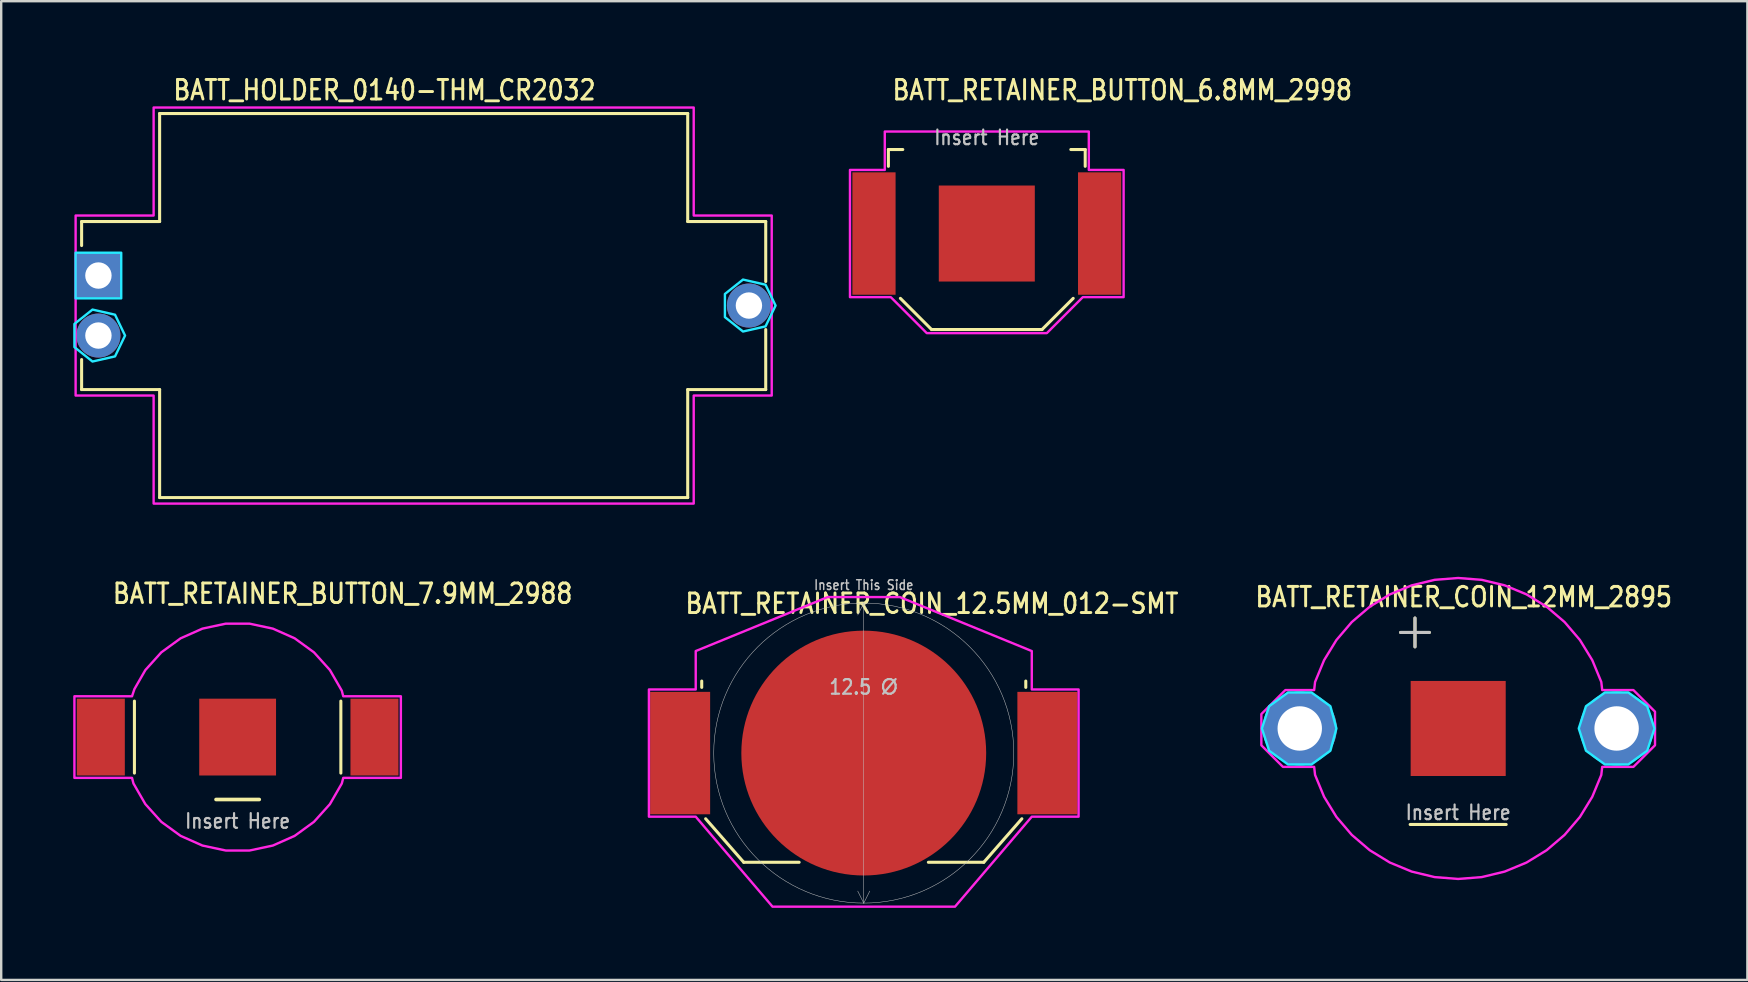
<source format=kicad_pcb>
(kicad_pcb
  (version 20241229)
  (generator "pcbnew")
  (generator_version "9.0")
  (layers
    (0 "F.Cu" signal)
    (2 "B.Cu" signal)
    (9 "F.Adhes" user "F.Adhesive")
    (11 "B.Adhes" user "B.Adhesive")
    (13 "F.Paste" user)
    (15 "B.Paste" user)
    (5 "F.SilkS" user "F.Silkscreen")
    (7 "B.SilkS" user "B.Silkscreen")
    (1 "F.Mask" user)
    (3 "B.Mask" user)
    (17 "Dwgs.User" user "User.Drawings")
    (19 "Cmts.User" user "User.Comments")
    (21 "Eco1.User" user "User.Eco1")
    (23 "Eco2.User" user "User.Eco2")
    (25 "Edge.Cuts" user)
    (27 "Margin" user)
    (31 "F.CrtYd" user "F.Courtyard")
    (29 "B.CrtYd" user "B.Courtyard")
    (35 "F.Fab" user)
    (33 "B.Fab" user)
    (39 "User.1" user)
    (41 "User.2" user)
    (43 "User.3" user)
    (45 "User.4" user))
  (footprint "BATT_RETAINER_BUTTON_6.8MM_2998"
    (layer "F.Cu")
    (at 38.06 6.679)
    (property "Reference" "BATT_RETAINER_BUTTON_6.8MM_2998" (at -4 -5.5 0) (unlocked yes) (layer "F.SilkS") (effects (font (size 0.813 0.695) (thickness 0.122)) (justify left bottom)))
    (fp_line (start -4.1 -3.5) (end -3.5 -3.5) (stroke (width 0.127) (type solid)) (layer "F.SilkS"))
    (fp_line (start -4.1 -2.8) (end -4.1 -3.5) (stroke (width 0.127) (type solid)) (layer "F.SilkS"))
    (fp_line (start -3.6 2.7) (end -2.3 4) (stroke (width 0.127) (type solid)) (layer "F.SilkS"))
    (fp_line (start -2.3 4) (end 2.3 4) (stroke (width 0.127) (type solid)) (layer "F.SilkS"))
    (fp_line (start 2.3 4) (end 3.6 2.7) (stroke (width 0.127) (type solid)) (layer "F.SilkS"))
    (fp_line (start 4.1 -3.5) (end 3.5 -3.5) (stroke (width 0.127) (type solid)) (layer "F.SilkS"))
    (fp_line (start 4.1 -2.8) (end 4.1 -3.5) (stroke (width 0.127) (type solid)) (layer "F.SilkS"))
    (fp_poly (pts (xy -5.7 2.65) (xy -5.7 -2.65) (xy -4.25 -2.65) (xy -4.25 -4.25) (xy 4.25 -4.25) (xy 4.25 -2.65) (xy 5.7 -2.65) (xy 5.7 2.65) (xy 4 2.65) (xy 2.5 4.15) (xy -2.5 4.15) (xy -4 2.65)) (stroke (width 0.1) (type solid)) (fill no) (layer "F.CrtYd"))
    (fp_text user "Insert Here" (at 0 -4 0) (unlocked yes) (layer "Dwgs.User") (effects (font (size 0.61 0.521) (thickness 0.091))))
    (pad "1" smd rect (at -4.7 0) (size 1.8 5.1) (layers "F.Cu" "F.Mask" "F.Paste"))
    (pad "2" smd rect (at 4.7 0) (size 1.8 5.1) (layers "F.Cu" "F.Mask" "F.Paste"))
    (pad "NEG" smd rect (at 0 0) (size 4 4) (layers "F.Cu" "F.Mask" "F.Paste")))
  (footprint "BATT_HOLDER_0140-THM_CR2032"
    (layer "F.Cu")
    (at 14.6 9.679)
    (property "Reference" "BATT_HOLDER_0140-THM_CR2032" (at -10.5 -8.5 0) (unlocked yes) (layer "F.SilkS") (effects (font (size 0.813 0.695) (thickness 0.122)) (justify left bottom)))
    (fp_line (start -14.25 -3.5) (end -14.25 -2.5) (stroke (width 0.127) (type solid)) (layer "F.SilkS"))
    (fp_line (start -14.25 -3.5) (end -11 -3.5) (stroke (width 0.127) (type solid)) (layer "F.SilkS"))
    (fp_line (start -14.25 3.5) (end -14.25 2.25) (stroke (width 0.127) (type solid)) (layer "F.SilkS"))
    (fp_line (start -11 -8) (end 11 -8) (stroke (width 0.127) (type solid)) (layer "F.SilkS"))
    (fp_line (start -11 -3.5) (end -11 -8) (stroke (width 0.127) (type solid)) (layer "F.SilkS"))
    (fp_line (start -11 3.5) (end -14.25 3.5) (stroke (width 0.127) (type solid)) (layer "F.SilkS"))
    (fp_line (start -11 8) (end -11 3.5) (stroke (width 0.127) (type solid)) (layer "F.SilkS"))
    (fp_line (start 11 -8) (end 11 -3.5) (stroke (width 0.127) (type solid)) (layer "F.SilkS"))
    (fp_line (start 11 -3.5) (end 14.25 -3.5) (stroke (width 0.127) (type solid)) (layer "F.SilkS"))
    (fp_line (start 11 3.5) (end 11 8) (stroke (width 0.127) (type solid)) (layer "F.SilkS"))
    (fp_line (start 11 8) (end -11 8) (stroke (width 0.127) (type solid)) (layer "F.SilkS"))
    (fp_line (start 14.25 -3.5) (end 14.25 -1) (stroke (width 0.127) (type solid)) (layer "F.SilkS"))
    (fp_line (start 14.25 1) (end 14.25 3.5) (stroke (width 0.127) (type solid)) (layer "F.SilkS"))
    (fp_line (start 14.25 3.5) (end 11 3.5) (stroke (width 0.127) (type solid)) (layer "F.SilkS"))
    (fp_poly (pts (xy -14.5 -2.2) (xy -12.6 -2.2) (xy -12.6 -0.3) (xy -14.5 -0.3)) (stroke (width 0.1) (type solid)) (fill no) (layer "B.CrtYd"))
    (fp_poly (pts (xy -12.44 1.25) (xy -12.858 0.382) (xy -13.797 0.168) (xy -14.55 0.768) (xy -14.55 1.732) (xy -13.797 2.332) (xy -12.858 2.118)) (stroke (width 0.1) (type solid)) (fill no) (layer "B.CrtYd"))
    (fp_poly (pts (xy 14.66 0) (xy 14.242 -0.868) (xy 13.303 -1.082) (xy 12.55 -0.482) (xy 12.55 0.482) (xy 13.303 1.082) (xy 14.242 0.868)) (stroke (width 0.1) (type solid)) (fill no) (layer "B.CrtYd"))
    (fp_poly (pts (xy -14.5 -3.75) (xy -11.25 -3.75) (xy -11.25 -8.25) (xy 11.25 -8.25) (xy 11.25 -3.75) (xy 14.5 -3.75) (xy 14.5 3.75) (xy 11.25 3.75) (xy 11.25 8.25) (xy -11.25 8.25) (xy -11.25 3.75) (xy -14.5 3.75)) (stroke (width 0.1) (type solid)) (fill no) (layer "F.CrtYd"))
    (pad "1" thru_hole rect (at -13.55 -1.25) (size 1.833 1.833) (drill 1.1) (layers "*.Cu" "*.Mask"))
    (pad "2" thru_hole oval (at -13.55 1.25) (size 1.833 1.833) (drill 1.1) (layers "*.Cu" "*.Mask"))
    (pad "3" thru_hole oval (at 13.55 0) (size 1.833 1.833) (drill 1.1) (layers "*.Cu" "*.Mask")))
  (footprint "BATT_RETAINER_BUTTON_7.9MM_2988"
    (layer "F.Cu")
    (at 6.85 27.657)
    (property "Reference" "BATT_RETAINER_BUTTON_7.9MM_2988" (at -5.27 -5.5 0) (unlocked yes) (layer "F.SilkS") (effects (font (size 0.813 0.695) (thickness 0.122)) (justify left bottom)))
    (fp_line (start -4.3 -1.5) (end -4.3 1.5) (stroke (width 0.127) (type solid)) (layer "F.SilkS"))
    (fp_line (start -0.9 2.6) (end 0.9 2.6) (stroke (width 0.152) (type solid)) (layer "F.SilkS"))
    (fp_line (start 4.3 -1.5) (end 4.3 1.5) (stroke (width 0.127) (type solid)) (layer "F.SilkS"))
    (fp_poly (pts (xy 4.34 -1.932) (xy 3.844 -2.793) (xy 3.179 -3.531) (xy 2.376 -4.115) (xy 1.468 -4.518) (xy 0.497 -4.725) (xy -0.497 -4.725) (xy -1.468 -4.518) (xy -2.376 -4.115) (xy -3.179 -3.531) (xy -3.844 -2.793) (xy -4.3 -2) (xy -4.4 -1.7) (xy -6.8 -1.7) (xy -6.8 1.7) (xy -4.4 1.7) (xy -4.34 1.932) (xy -3.844 2.793) (xy -3.179 3.531) (xy -2.376 4.115) (xy -1.468 4.518) (xy -0.497 4.725) (xy 0.497 4.725) (xy 1.468 4.518) (xy 2.376 4.115) (xy 3.179 3.531) (xy 3.844 2.793) (xy 4.34 1.932) (xy 4.4 1.7) (xy 6.8 1.7) (xy 6.8 -1.7) (xy 4.4 -1.7)) (stroke (width 0.1) (type solid)) (fill no) (layer "F.CrtYd"))
    (fp_text user "Insert Here" (at 0 3.5 0) (unlocked yes) (layer "Dwgs.User") (effects (font (size 0.61 0.521) (thickness 0.091))))
    (pad "1" smd rect (at -5.7 0) (size 2 3.2) (layers "F.Cu" "F.Mask" "F.Paste"))
    (pad "2" smd rect (at 5.7 0) (size 2 3.2) (layers "F.Cu" "F.Mask" "F.Paste"))
    (pad "NEG" smd rect (at 0 0) (size 3.2 3.2) (layers "F.Cu" "F.Mask" "F.Paste")))
  (footprint "BATT_RETAINER_COIN_12.5MM_012-SMT"
    (layer "F.Cu")
    (at 32.934 28.323)
    (property "Reference" "BATT_RETAINER_COIN_12.5MM_012-SMT" (at -7.5 -5.75 0) (unlocked yes) (layer "F.SilkS") (effects (font (size 0.813 0.695) (thickness 0.122)) (justify left bottom)))
    (fp_circle (center 0 0) (end 5.1 0) (stroke (width 0) (type solid)) (fill yes) (layer "F.Cu"))
    (fp_circle (center 0 0) (end 5.2 0) (stroke (width 0) (type solid)) (fill yes) (layer "F.Mask"))
    (fp_line (start -6.75 -2.736) (end -6.75 -3) (stroke (width 0.127) (type solid)) (layer "F.SilkS"))
    (fp_line (start -5 4.55) (end -6.587 2.736) (stroke (width 0.127) (type solid)) (layer "F.SilkS"))
    (fp_line (start -2.692 4.55) (end -5 4.55) (stroke (width 0.127) (type solid)) (layer "F.SilkS"))
    (fp_line (start 5 4.55) (end 2.692 4.55) (stroke (width 0.127) (type solid)) (layer "F.SilkS"))
    (fp_line (start 6.587 2.736) (end 5 4.55) (stroke (width 0.127) (type solid)) (layer "F.SilkS"))
    (fp_line (start 6.75 -3) (end 6.75 -2.736) (stroke (width 0.127) (type solid)) (layer "F.SilkS"))
    (fp_circle (center 0 0) (end 4 0) (stroke (width 0) (type solid)) (fill yes) (layer "F.Paste"))
    (fp_line (start 0 -6.25) (end -0.25 -5.75) (stroke (width 0.02) (type solid)) (layer "Dwgs.User"))
    (fp_line (start 0 -6.25) (end 0 6.25) (stroke (width 0.02) (type solid)) (layer "Dwgs.User"))
    (fp_line (start 0 -6.25) (end 0.25 -5.75) (stroke (width 0.02) (type solid)) (layer "Dwgs.User"))
    (fp_line (start 0 6.25) (end -0.25 5.75) (stroke (width 0.02) (type solid)) (layer "Dwgs.User"))
    (fp_line (start 0 6.25) (end 0.25 5.75) (stroke (width 0.02) (type solid)) (layer "Dwgs.User"))
    (fp_circle (center 0 0) (end 6.25 0) (stroke (width 0.02) (type solid)) (fill no) (layer "Dwgs.User"))
    (fp_poly (pts (xy -8.95 -2.65) (xy -7 -2.65) (xy -7 -4.25) (xy -1.5 -6.5) (xy 1.5 -6.5) (xy 7 -4.25) (xy 7 -2.65) (xy 8.95 -2.65) (xy 8.95 2.65) (xy 7 2.65) (xy 3.8 6.4) (xy -3.8 6.4) (xy -7 2.65) (xy -8.95 2.65)) (stroke (width 0.1) (type solid)) (fill no) (layer "F.CrtYd"))
    (fp_text user "12.5 ∅" (at 0 -2.75 0) (unlocked yes) (layer "Dwgs.User") (effects (font (size 0.61 0.521) (thickness 0.091))))
    (fp_text user "Insert This Side" (at 0 -7 0) (unlocked yes) (layer "Dwgs.User") (effects (font (size 0.406 0.347) (thickness 0.061))))
    (pad "1" smd rect (at -7.65 0) (size 2.5 5.1) (layers "F.Cu" "F.Mask" "F.Paste"))
    (pad "2" smd rect (at 7.65 0) (size 2.5 5.1) (layers "F.Cu" "F.Mask" "F.Paste"))
    (pad "NEG" smd rect (at 0 0) (size 4 4) (layers "F.Cu")))
  (footprint "BATT_RETAINER_COIN_12MM_2895"
    (layer "F.Cu")
    (at 57.698 27.298)
    (property "Reference" "BATT_RETAINER_COIN_12MM_2895" (at -8.52 -5 0) (unlocked yes) (layer "F.SilkS") (effects (font (size 0.813 0.695) (thickness 0.122)) (justify left bottom)))
    (fp_line (start -2.4 -4) (end -1.2 -4) (stroke (width 0.127) (type solid)) (layer "F.SilkS"))
    (fp_line (start -2 4) (end 2 4) (stroke (width 0.127) (type solid)) (layer "F.SilkS"))
    (fp_line (start -1.8 -4.6) (end -1.8 -3.4) (stroke (width 0.127) (type solid)) (layer "F.SilkS"))
    (fp_line (start -2.4 -4) (end -1.2 -4) (stroke (width 0.127) (type solid)) (layer "Dwgs.User"))
    (fp_line (start -1.8 -4.6) (end -1.8 -3.4) (stroke (width 0.127) (type solid)) (layer "Dwgs.User"))
    (fp_poly (pts (xy -5.073 0) (xy -5.324 -0.927) (xy -6.113 -1.5) (xy -7.087 -1.5) (xy -7.876 -0.927) (xy -8.177 0) (xy -7.876 0.927) (xy -7.087 1.5) (xy -6.113 1.5) (xy -5.324 0.927)) (stroke (width 0.1) (type solid)) (fill no) (layer "B.CrtYd"))
    (fp_poly (pts (xy 8.177 0) (xy 7.876 -0.927) (xy 7.087 -1.5) (xy 6.113 -1.5) (xy 5.324 -0.927) (xy 5.023 0) (xy 5.324 0.927) (xy 6.113 1.5) (xy 7.087 1.5) (xy 7.876 0.927)) (stroke (width 0.1) (type solid)) (fill no) (layer "B.CrtYd"))
    (fp_poly (pts (xy 6 1.6) (xy 7.3 1.6) (xy 8.2 0.7) (xy 8.2 -0.7) (xy 7.3 -1.6) (xy 6 -1.6) (xy 5.962 -1.937) (xy 5.586 -2.846) (xy 5.072 -3.685) (xy 4.433 -4.433) (xy 3.685 -5.072) (xy 2.846 -5.586) (xy 1.937 -5.962) (xy 0.981 -6.192) (xy 0 -6.269) (xy -0.981 -6.192) (xy -1.937 -5.962) (xy -2.846 -5.586) (xy -3.685 -5.072) (xy -4.433 -4.433) (xy -5.072 -3.685) (xy -5.586 -2.846) (xy -5.962 -1.937) (xy -6 -1.6) (xy -7.2 -1.6) (xy -8.2 -0.6) (xy -8.2 0.7) (xy -7.3 1.6) (xy -6 1.6) (xy -5.962 1.937) (xy -5.586 2.846) (xy -5.072 3.685) (xy -4.433 4.433) (xy -3.685 5.072) (xy -2.846 5.586) (xy -1.937 5.962) (xy -0.981 6.192) (xy 0 6.269) (xy 0.981 6.192) (xy 1.937 5.962) (xy 2.846 5.586) (xy 3.685 5.072) (xy 4.433 4.433) (xy 5.072 3.685) (xy 5.586 2.846) (xy 5.962 1.937)) (stroke (width 0.1) (type solid)) (fill no) (layer "F.CrtYd"))
    (fp_text user "Insert Here" (at 0 3.5 0) (unlocked yes) (layer "Dwgs.User") (effects (font (size 0.61 0.521) (thickness 0.091))))
    (pad "1" thru_hole oval (at -6.6 0) (size 3.083 3.083) (drill 1.85) (layers "*.Cu" "*.Mask"))
    (pad "2" thru_hole oval (at 6.6 0) (size 3.083 3.083) (drill 1.85) (layers "*.Cu" "*.Mask"))
    (pad "NEG" smd rect (at 0 0) (size 3.96 3.96) (layers "F.Cu" "F.Mask" "F.Paste")))
  (gr_rect
    (start -3 -3)
    (end 69.746 37.773)
    (stroke (width 0.1) (type default))
    (fill no)
    (layer "Edge.Cuts")))
</source>
